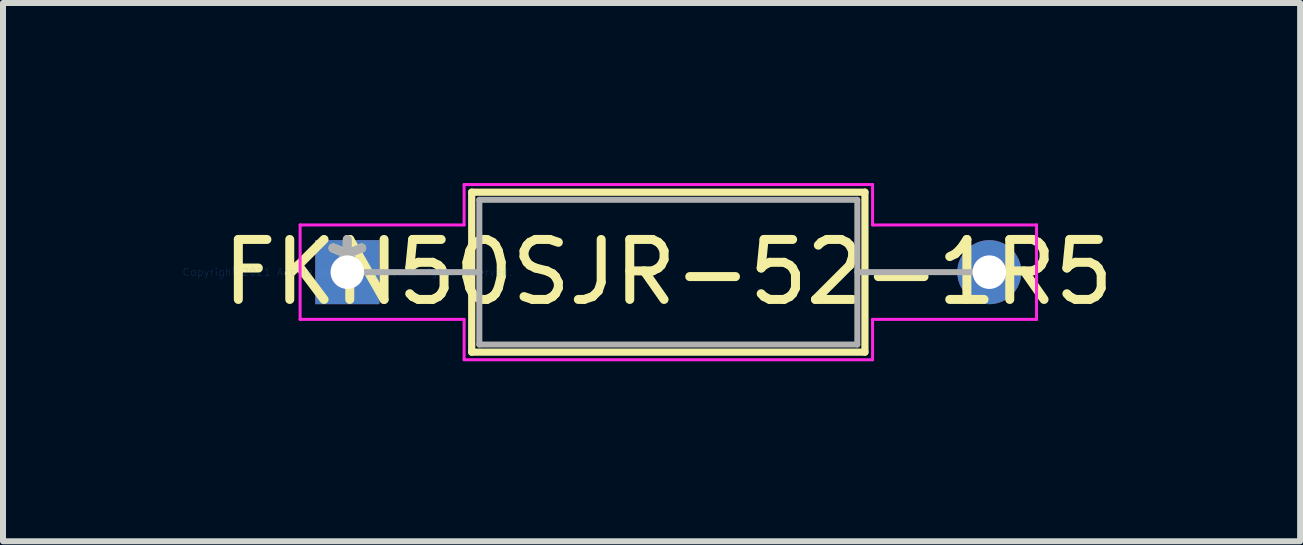
<source format=kicad_pcb>
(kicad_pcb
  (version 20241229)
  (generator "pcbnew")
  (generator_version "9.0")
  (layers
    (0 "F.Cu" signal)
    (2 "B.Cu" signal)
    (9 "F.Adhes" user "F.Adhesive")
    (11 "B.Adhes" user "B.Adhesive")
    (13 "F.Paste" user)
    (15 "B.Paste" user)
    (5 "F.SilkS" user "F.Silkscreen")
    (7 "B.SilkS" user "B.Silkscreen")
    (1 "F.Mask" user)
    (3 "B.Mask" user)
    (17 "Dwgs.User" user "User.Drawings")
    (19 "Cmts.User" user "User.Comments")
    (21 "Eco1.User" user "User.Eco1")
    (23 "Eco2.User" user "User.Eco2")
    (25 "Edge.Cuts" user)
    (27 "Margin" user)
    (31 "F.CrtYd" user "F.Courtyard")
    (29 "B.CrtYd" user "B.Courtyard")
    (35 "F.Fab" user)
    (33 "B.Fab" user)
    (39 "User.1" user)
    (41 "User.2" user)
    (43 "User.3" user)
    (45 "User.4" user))
  (footprint "FKN50SJR-52-1R5"
    (layer "F.Cu")
    (at 2.739 1.486)
    (property "Reference" "FKN50SJR-52-1R5" (at 5.35 0 0) (layer "F.SilkS") (effects (font (size 1 1) (thickness 0.15))))
    (attr through_hole)
    (fp_line (start 2.073 -1.333) (end 2.073 1.333) (stroke (width 0.12) (type solid)) (layer "F.SilkS"))
    (fp_line (start 2.073 1.333) (end 8.627 1.333) (stroke (width 0.12) (type solid)) (layer "F.SilkS"))
    (fp_line (start 8.627 -1.333) (end 2.073 -1.333) (stroke (width 0.12) (type solid)) (layer "F.SilkS"))
    (fp_line (start 8.627 1.333) (end 8.627 -1.333) (stroke (width 0.12) (type solid)) (layer "F.SilkS"))
    (fp_line (start -0.787 -0.787) (end 1.946 -0.787) (stroke (width 0.05) (type solid)) (layer "F.CrtYd"))
    (fp_line (start -0.787 0.787) (end -0.787 -0.787) (stroke (width 0.05) (type solid)) (layer "F.CrtYd"))
    (fp_line (start 1.946 -1.46) (end 8.754 -1.46) (stroke (width 0.05) (type solid)) (layer "F.CrtYd"))
    (fp_line (start 1.946 -0.787) (end 1.946 -1.46) (stroke (width 0.05) (type solid)) (layer "F.CrtYd"))
    (fp_line (start 1.946 0.787) (end -0.787 0.787) (stroke (width 0.05) (type solid)) (layer "F.CrtYd"))
    (fp_line (start 1.946 1.46) (end 1.946 0.787) (stroke (width 0.05) (type solid)) (layer "F.CrtYd"))
    (fp_line (start 8.754 -1.46) (end 8.754 -0.787) (stroke (width 0.05) (type solid)) (layer "F.CrtYd"))
    (fp_line (start 8.754 -0.787) (end 11.487 -0.787) (stroke (width 0.05) (type solid)) (layer "F.CrtYd"))
    (fp_line (start 8.754 0.787) (end 8.754 1.46) (stroke (width 0.05) (type solid)) (layer "F.CrtYd"))
    (fp_line (start 8.754 1.46) (end 1.946 1.46) (stroke (width 0.05) (type solid)) (layer "F.CrtYd"))
    (fp_line (start 11.487 -0.787) (end 11.487 0.787) (stroke (width 0.05) (type solid)) (layer "F.CrtYd"))
    (fp_line (start 11.487 0.787) (end 8.754 0.787) (stroke (width 0.05) (type solid)) (layer "F.CrtYd"))
    (fp_line (start -0.000001 0) (end 2.2 0) (stroke (width 0.1) (type solid)) (layer "F.Fab"))
    (fp_line (start 2.2 -1.206) (end 2.2 1.206) (stroke (width 0.1) (type solid)) (layer "F.Fab"))
    (fp_line (start 2.2 1.206) (end 8.5 1.206) (stroke (width 0.1) (type solid)) (layer "F.Fab"))
    (fp_line (start 8.5 -1.206) (end 2.2 -1.206) (stroke (width 0.1) (type solid)) (layer "F.Fab"))
    (fp_line (start 8.5 1.206) (end 8.5 -1.206) (stroke (width 0.1) (type solid)) (layer "F.Fab"))
    (fp_line (start 10.7 0) (end 8.5 0) (stroke (width 0.1) (type solid)) (layer "F.Fab"))
    (fp_text user "*" (at 0 0 0) (layer "F.SilkS") (effects (font (size 1 1) (thickness 0.15))))
    (fp_text user "Copyright 2021 Accelerated Designs. All rights reserved." (at 0 0 0) (layer "Cmts.User") (effects (font (size 0.127 0.127) (thickness 0.002))))
    (fp_text user "*" (at 0 0 0) (layer "F.Fab") (effects (font (size 1 1) (thickness 0.15))))
    (pad "1" thru_hole rect (at -0.000001 0) (size 1.067 1.067) (drill 0.559) (layers "*.Cu" "*.Mask"))
    (pad "2" thru_hole circle (at 10.7 0) (size 1.067 1.067) (drill 0.559) (layers "*.Cu" "*.Mask")))
  (gr_rect
    (start -3 -3)
    (end 18.619 5.971)
    (stroke (width 0.1) (type default))
    (fill no)
    (layer "Edge.Cuts")))
</source>
